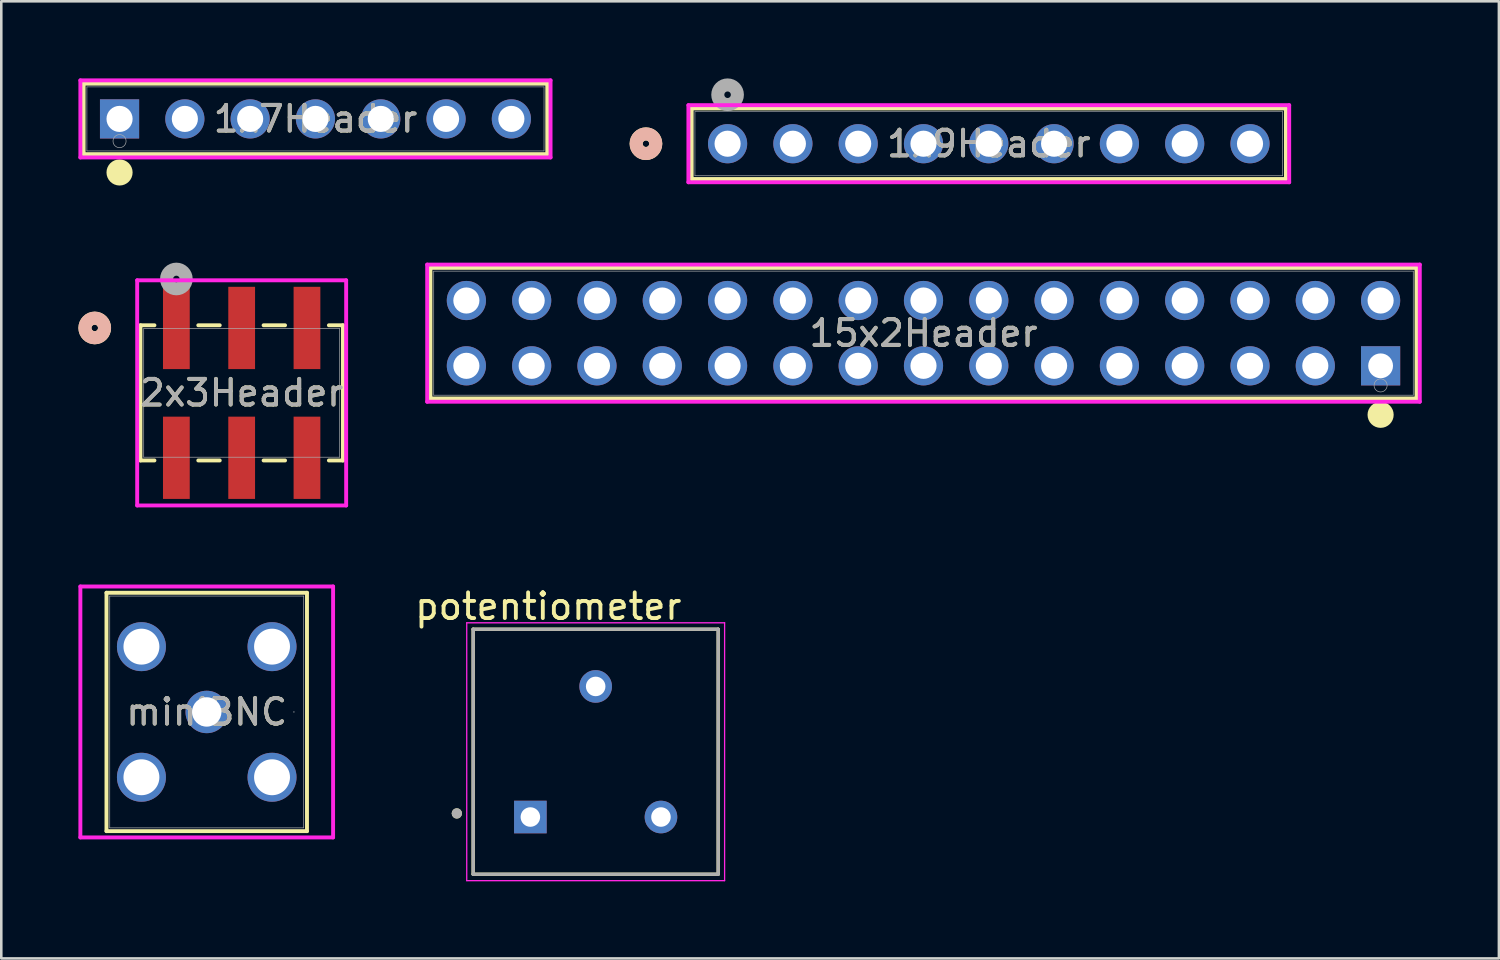
<source format=kicad_pcb>
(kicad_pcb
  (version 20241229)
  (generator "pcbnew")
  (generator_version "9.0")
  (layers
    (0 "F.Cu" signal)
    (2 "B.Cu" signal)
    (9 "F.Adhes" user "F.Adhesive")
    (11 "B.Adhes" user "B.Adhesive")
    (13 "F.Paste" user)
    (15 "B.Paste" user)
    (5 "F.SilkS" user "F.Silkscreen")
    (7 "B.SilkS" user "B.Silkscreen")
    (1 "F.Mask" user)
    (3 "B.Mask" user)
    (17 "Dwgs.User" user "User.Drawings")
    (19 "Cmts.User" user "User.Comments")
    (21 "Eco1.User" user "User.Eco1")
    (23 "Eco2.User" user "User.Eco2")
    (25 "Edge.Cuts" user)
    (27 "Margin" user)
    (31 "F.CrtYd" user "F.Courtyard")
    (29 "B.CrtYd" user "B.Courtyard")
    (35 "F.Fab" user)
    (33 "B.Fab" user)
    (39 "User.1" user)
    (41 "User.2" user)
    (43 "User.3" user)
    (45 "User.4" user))
  (footprint "1x7Header"
    (layer "F.Cu")
    (at 1.6 1.575)
    (property "Reference" "1x7Header" (at 7.62 0 0) (unlocked yes) (layer "F.SilkS") (effects (font (size 1 1) (thickness 0.15))))
    (attr through_hole)
    (fp_line (start -1.397 -1.372) (end -1.397 1.372) (stroke (width 0.152) (type solid)) (layer "F.SilkS"))
    (fp_line (start -1.397 1.372) (end 16.637 1.372) (stroke (width 0.152) (type solid)) (layer "F.SilkS"))
    (fp_line (start 16.637 -1.372) (end -1.397 -1.372) (stroke (width 0.152) (type solid)) (layer "F.SilkS"))
    (fp_line (start 16.637 1.372) (end 16.637 -1.372) (stroke (width 0.152) (type solid)) (layer "F.SilkS"))
    (fp_circle (center 0 2.083) (end 0.254 2.083) (stroke (width 0.508) (type solid)) (fill no) (layer "F.SilkS"))
    (fp_line (start -1.524 -1.499) (end -1.524 1.499) (stroke (width 0.152) (type solid)) (layer "F.CrtYd"))
    (fp_line (start -1.524 1.499) (end 16.764 1.499) (stroke (width 0.152) (type solid)) (layer "F.CrtYd"))
    (fp_line (start 16.764 -1.499) (end -1.524 -1.499) (stroke (width 0.152) (type solid)) (layer "F.CrtYd"))
    (fp_line (start 16.764 1.499) (end 16.764 -1.499) (stroke (width 0.152) (type solid)) (layer "F.CrtYd"))
    (fp_line (start -1.27 -1.245) (end -1.27 1.245) (stroke (width 0.025) (type solid)) (layer "F.Fab"))
    (fp_line (start -1.27 1.245) (end 16.51 1.245) (stroke (width 0.025) (type solid)) (layer "F.Fab"))
    (fp_line (start 16.51 -1.245) (end -1.27 -1.245) (stroke (width 0.025) (type solid)) (layer "F.Fab"))
    (fp_line (start 16.51 1.245) (end 16.51 -1.245) (stroke (width 0.025) (type solid)) (layer "F.Fab"))
    (fp_circle (center 0 0.864) (end 0.254 0.864) (stroke (width 0.025) (type solid)) (fill no) (layer "F.Fab"))
    (fp_text user "${REFERENCE}" (at 7.62 0 0) (unlocked yes) (layer "F.Fab") (effects (font (size 1 1) (thickness 0.15))))
    (pad "1" thru_hole rect (at 0 0) (size 1.524 1.524) (drill 1.016) (layers "*.Cu" "*.Mask"))
    (pad "2" thru_hole circle (at 2.54 0) (size 1.524 1.524) (drill 1.016) (layers "*.Cu" "*.Mask"))
    (pad "3" thru_hole circle (at 5.08 0) (size 1.524 1.524) (drill 1.016) (layers "*.Cu" "*.Mask"))
    (pad "4" thru_hole circle (at 7.62 0) (size 1.524 1.524) (drill 1.016) (layers "*.Cu" "*.Mask"))
    (pad "5" thru_hole circle (at 10.16 0) (size 1.524 1.524) (drill 1.016) (layers "*.Cu" "*.Mask"))
    (pad "6" thru_hole circle (at 12.7 0) (size 1.524 1.524) (drill 1.016) (layers "*.Cu" "*.Mask"))
    (pad "7" thru_hole circle (at 15.24 0) (size 1.524 1.524) (drill 1.016) (layers "*.Cu" "*.Mask")))
  (footprint "miniBNC"
    (layer "F.Cu")
    (at 4.991 24.642)
    (property "Reference" "miniBNC" (at 0 0 0) (unlocked yes) (layer "F.SilkS") (effects (font (size 1 1) (thickness 0.15))))
    (attr through_hole)
    (fp_line (start -3.899 -4.636) (end -3.899 4.636) (stroke (width 0.152) (type solid)) (layer "F.SilkS"))
    (fp_line (start -3.899 4.636) (end 3.899 4.636) (stroke (width 0.152) (type solid)) (layer "F.SilkS"))
    (fp_line (start 3.899 -4.636) (end -3.899 -4.636) (stroke (width 0.152) (type solid)) (layer "F.SilkS"))
    (fp_line (start 3.899 4.636) (end 3.899 -4.636) (stroke (width 0.152) (type solid)) (layer "F.SilkS"))
    (fp_line (start -4.915 -4.88) (end 4.915 -4.88) (stroke (width 0.152) (type solid)) (layer "F.CrtYd"))
    (fp_line (start -4.915 4.88) (end -4.915 -4.88) (stroke (width 0.152) (type solid)) (layer "F.CrtYd"))
    (fp_line (start 4.915 -4.88) (end 4.915 4.88) (stroke (width 0.152) (type solid)) (layer "F.CrtYd"))
    (fp_line (start 4.915 4.88) (end -4.915 4.88) (stroke (width 0.152) (type solid)) (layer "F.CrtYd"))
    (fp_line (start -3.772 -4.508) (end -3.772 4.508) (stroke (width 0.025) (type solid)) (layer "F.Fab"))
    (fp_line (start -3.772 4.508) (end 3.772 4.508) (stroke (width 0.025) (type solid)) (layer "F.Fab"))
    (fp_line (start 3.772 -4.508) (end -3.772 -4.508) (stroke (width 0.025) (type solid)) (layer "F.Fab"))
    (fp_line (start 3.772 4.508) (end 3.772 -4.508) (stroke (width 0.025) (type solid)) (layer "F.Fab"))
    (fp_circle (center 3.391 0) (end 3.391 0) (stroke (width 0.025) (type solid)) (fill no) (layer "F.Fab"))
    (fp_text user "${REFERENCE}" (at 0 0 0) (unlocked yes) (layer "F.Fab") (effects (font (size 1 1) (thickness 0.15))))
    (pad "1" thru_hole circle (at 0 0) (size 1.651 1.651) (drill 1.143) (layers "*.Cu" "*.Mask"))
    (pad "2" thru_hole circle (at -2.54 -2.54) (size 1.905 1.905) (drill 1.397) (layers "*.Cu" "*.Mask"))
    (pad "3" thru_hole circle (at -2.54 2.54) (size 1.905 1.905) (drill 1.397) (layers "*.Cu" "*.Mask"))
    (pad "4" thru_hole circle (at 2.54 2.54) (size 1.905 1.905) (drill 1.397) (layers "*.Cu" "*.Mask"))
    (pad "5" thru_hole circle (at 2.54 -2.54) (size 1.905 1.905) (drill 1.397) (layers "*.Cu" "*.Mask")))
  (footprint "1x9Header"
    (layer "F.Cu")
    (at 25.25 2.54)
    (property "Reference" "1x9Header" (at 10.16 0 0) (unlocked yes) (layer "F.SilkS") (effects (font (size 1 1) (thickness 0.15))))
    (attr through_hole)
    (fp_line (start -1.397 -1.372) (end -1.397 1.372) (stroke (width 0.152) (type solid)) (layer "F.SilkS"))
    (fp_line (start -1.397 1.372) (end 21.717 1.372) (stroke (width 0.152) (type solid)) (layer "F.SilkS"))
    (fp_line (start 21.717 -1.372) (end -1.397 -1.372) (stroke (width 0.152) (type solid)) (layer "F.SilkS"))
    (fp_line (start 21.717 1.372) (end 21.717 -1.372) (stroke (width 0.152) (type solid)) (layer "F.SilkS"))
    (fp_circle (center -3.175 0) (end -2.794 0) (stroke (width 0.508) (type solid)) (fill no) (layer "F.SilkS"))
    (fp_circle (center -3.175 0) (end -2.794 0) (stroke (width 0.508) (type solid)) (fill no) (layer "B.SilkS"))
    (fp_line (start -1.524 -1.499) (end -1.524 1.499) (stroke (width 0.152) (type solid)) (layer "F.CrtYd"))
    (fp_line (start -1.524 1.499) (end 21.844 1.499) (stroke (width 0.152) (type solid)) (layer "F.CrtYd"))
    (fp_line (start 21.844 -1.499) (end -1.524 -1.499) (stroke (width 0.152) (type solid)) (layer "F.CrtYd"))
    (fp_line (start 21.844 1.499) (end 21.844 -1.499) (stroke (width 0.152) (type solid)) (layer "F.CrtYd"))
    (fp_line (start -1.27 -1.245) (end -1.27 1.245) (stroke (width 0.025) (type solid)) (layer "F.Fab"))
    (fp_line (start -1.27 1.245) (end 21.59 1.245) (stroke (width 0.025) (type solid)) (layer "F.Fab"))
    (fp_line (start 21.59 -1.245) (end -1.27 -1.245) (stroke (width 0.025) (type solid)) (layer "F.Fab"))
    (fp_line (start 21.59 1.245) (end 21.59 -1.245) (stroke (width 0.025) (type solid)) (layer "F.Fab"))
    (fp_circle (center 0 -1.905) (end 0.381 -1.905) (stroke (width 0.508) (type solid)) (fill no) (layer "F.Fab"))
    (fp_text user "${REFERENCE}" (at 10.16 0 0) (unlocked yes) (layer "F.Fab") (effects (font (size 1 1) (thickness 0.15))))
    (pad "1" thru_hole circle (at 0 0) (size 1.524 1.524) (drill 1.016) (layers "*.Cu" "*.Mask"))
    (pad "2" thru_hole circle (at 2.54 0) (size 1.524 1.524) (drill 1.016) (layers "*.Cu" "*.Mask"))
    (pad "3" thru_hole circle (at 5.08 0) (size 1.524 1.524) (drill 1.016) (layers "*.Cu" "*.Mask"))
    (pad "4" thru_hole circle (at 7.62 0) (size 1.524 1.524) (drill 1.016) (layers "*.Cu" "*.Mask"))
    (pad "5" thru_hole circle (at 10.16 0) (size 1.524 1.524) (drill 1.016) (layers "*.Cu" "*.Mask"))
    (pad "6" thru_hole circle (at 12.7 0) (size 1.524 1.524) (drill 1.016) (layers "*.Cu" "*.Mask"))
    (pad "7" thru_hole circle (at 15.24 0) (size 1.524 1.524) (drill 1.016) (layers "*.Cu" "*.Mask"))
    (pad "8" thru_hole circle (at 17.78 0) (size 1.524 1.524) (drill 1.016) (layers "*.Cu" "*.Mask"))
    (pad "9" thru_hole circle (at 20.32 0) (size 1.524 1.524) (drill 1.016) (layers "*.Cu" "*.Mask")))
  (footprint "15x2Header"
    (layer "F.Cu")
    (at 50.65 11.179)
    (property "Reference" "15x2Header" (at -17.78 -1.27 0) (unlocked yes) (layer "F.SilkS") (effects (font (size 1 1) (thickness 0.15))))
    (attr through_hole)
    (fp_line (start -36.957 -3.81) (end -36.957 1.27) (stroke (width 0.152) (type solid)) (layer "F.SilkS"))
    (fp_line (start -36.957 1.27) (end 1.397 1.27) (stroke (width 0.152) (type solid)) (layer "F.SilkS"))
    (fp_line (start 1.397 -3.81) (end -36.957 -3.81) (stroke (width 0.152) (type solid)) (layer "F.SilkS"))
    (fp_line (start 1.397 1.27) (end 1.397 -3.81) (stroke (width 0.152) (type solid)) (layer "F.SilkS"))
    (fp_circle (center 0 1.905) (end 0.254 1.905) (stroke (width 0.508) (type solid)) (fill no) (layer "F.SilkS"))
    (fp_line (start -37.084 -3.937) (end -37.084 1.397) (stroke (width 0.152) (type solid)) (layer "F.CrtYd"))
    (fp_line (start -37.084 1.397) (end 1.524 1.397) (stroke (width 0.152) (type solid)) (layer "F.CrtYd"))
    (fp_line (start 1.524 -3.937) (end -37.084 -3.937) (stroke (width 0.152) (type solid)) (layer "F.CrtYd"))
    (fp_line (start 1.524 1.397) (end 1.524 -3.937) (stroke (width 0.152) (type solid)) (layer "F.CrtYd"))
    (fp_line (start -36.83 -3.683) (end -36.83 1.143) (stroke (width 0.025) (type solid)) (layer "F.Fab"))
    (fp_line (start -36.83 1.143) (end 1.27 1.143) (stroke (width 0.025) (type solid)) (layer "F.Fab"))
    (fp_line (start 1.27 -3.683) (end -36.83 -3.683) (stroke (width 0.025) (type solid)) (layer "F.Fab"))
    (fp_line (start 1.27 1.143) (end 1.27 -3.683) (stroke (width 0.025) (type solid)) (layer "F.Fab"))
    (fp_circle (center 0 0.762) (end 0.254 0.762) (stroke (width 0.025) (type solid)) (fill no) (layer "F.Fab"))
    (fp_text user "${REFERENCE}" (at -17.78 -1.27 0) (unlocked yes) (layer "F.Fab") (effects (font (size 1 1) (thickness 0.15))))
    (pad "1" thru_hole rect (at 0 0) (size 1.524 1.524) (drill 0.965) (layers "*.Cu" "*.Mask"))
    (pad "2" thru_hole circle (at 0 -2.54) (size 1.524 1.524) (drill 1.016) (layers "*.Cu" "*.Mask"))
    (pad "3" thru_hole circle (at -2.54 0) (size 1.524 1.524) (drill 1.016) (layers "*.Cu" "*.Mask"))
    (pad "4" thru_hole circle (at -2.54 -2.54) (size 1.524 1.524) (drill 1.016) (layers "*.Cu" "*.Mask"))
    (pad "5" thru_hole circle (at -5.08 0) (size 1.524 1.524) (drill 1.016) (layers "*.Cu" "*.Mask"))
    (pad "6" thru_hole circle (at -5.08 -2.54) (size 1.524 1.524) (drill 1.016) (layers "*.Cu" "*.Mask"))
    (pad "7" thru_hole circle (at -7.62 0) (size 1.524 1.524) (drill 1.016) (layers "*.Cu" "*.Mask"))
    (pad "8" thru_hole circle (at -7.62 -2.54) (size 1.524 1.524) (drill 1.016) (layers "*.Cu" "*.Mask"))
    (pad "9" thru_hole circle (at -10.16 0) (size 1.524 1.524) (drill 1.016) (layers "*.Cu" "*.Mask"))
    (pad "10" thru_hole circle (at -10.16 -2.54) (size 1.524 1.524) (drill 1.016) (layers "*.Cu" "*.Mask"))
    (pad "11" thru_hole circle (at -12.7 0) (size 1.524 1.524) (drill 1.016) (layers "*.Cu" "*.Mask"))
    (pad "12" thru_hole circle (at -12.7 -2.54) (size 1.524 1.524) (drill 1.016) (layers "*.Cu" "*.Mask"))
    (pad "13" thru_hole circle (at -15.24 0) (size 1.524 1.524) (drill 1.016) (layers "*.Cu" "*.Mask"))
    (pad "14" thru_hole circle (at -15.24 -2.54) (size 1.524 1.524) (drill 1.016) (layers "*.Cu" "*.Mask"))
    (pad "15" thru_hole circle (at -17.78 0) (size 1.524 1.524) (drill 1.016) (layers "*.Cu" "*.Mask"))
    (pad "16" thru_hole circle (at -17.78 -2.54) (size 1.524 1.524) (drill 1.016) (layers "*.Cu" "*.Mask"))
    (pad "17" thru_hole circle (at -20.32 0) (size 1.524 1.524) (drill 1.016) (layers "*.Cu" "*.Mask"))
    (pad "18" thru_hole circle (at -20.32 -2.54) (size 1.524 1.524) (drill 1.016) (layers "*.Cu" "*.Mask"))
    (pad "19" thru_hole circle (at -22.86 0) (size 1.524 1.524) (drill 1.016) (layers "*.Cu" "*.Mask"))
    (pad "20" thru_hole circle (at -22.86 -2.54) (size 1.524 1.524) (drill 1.016) (layers "*.Cu" "*.Mask"))
    (pad "21" thru_hole circle (at -25.4 0) (size 1.524 1.524) (drill 1.016) (layers "*.Cu" "*.Mask"))
    (pad "22" thru_hole circle (at -25.4 -2.54) (size 1.524 1.524) (drill 1.016) (layers "*.Cu" "*.Mask"))
    (pad "23" thru_hole circle (at -27.94 0) (size 1.524 1.524) (drill 1.016) (layers "*.Cu" "*.Mask"))
    (pad "24" thru_hole circle (at -27.94 -2.54) (size 1.524 1.524) (drill 1.016) (layers "*.Cu" "*.Mask"))
    (pad "25" thru_hole circle (at -30.48 0) (size 1.524 1.524) (drill 1.016) (layers "*.Cu" "*.Mask"))
    (pad "26" thru_hole circle (at -30.48 -2.54) (size 1.524 1.524) (drill 1.016) (layers "*.Cu" "*.Mask"))
    (pad "27" thru_hole circle (at -33.02 0) (size 1.524 1.524) (drill 1.016) (layers "*.Cu" "*.Mask"))
    (pad "28" thru_hole circle (at -33.02 -2.54) (size 1.524 1.524) (drill 1.016) (layers "*.Cu" "*.Mask"))
    (pad "29" thru_hole circle (at -35.56 0) (size 1.524 1.524) (drill 1.016) (layers "*.Cu" "*.Mask"))
    (pad "30" thru_hole circle (at -35.56 -2.54) (size 1.524 1.524) (drill 1.016) (layers "*.Cu" "*.Mask")))
  (footprint "2x3Header"
    (layer "F.Cu")
    (at 6.35 12.231)
    (property "Reference" "2x3Header" (at 0 0 0) (unlocked yes) (layer "F.SilkS") (effects (font (size 1 1) (thickness 0.15))))
    (attr smd)
    (fp_line (start -3.937 -2.629) (end -3.937 2.629) (stroke (width 0.152) (type solid)) (layer "F.SilkS"))
    (fp_line (start -3.937 2.629) (end -3.393 2.629) (stroke (width 0.152) (type solid)) (layer "F.SilkS"))
    (fp_line (start -3.393 -2.629) (end -3.937 -2.629) (stroke (width 0.152) (type solid)) (layer "F.SilkS"))
    (fp_line (start -1.687 2.629) (end -0.853 2.629) (stroke (width 0.152) (type solid)) (layer "F.SilkS"))
    (fp_line (start -0.853 -2.629) (end -1.687 -2.629) (stroke (width 0.152) (type solid)) (layer "F.SilkS"))
    (fp_line (start 0.853 2.629) (end 1.687 2.629) (stroke (width 0.152) (type solid)) (layer "F.SilkS"))
    (fp_line (start 1.687 -2.629) (end 0.853 -2.629) (stroke (width 0.152) (type solid)) (layer "F.SilkS"))
    (fp_line (start 3.393 2.629) (end 3.937 2.629) (stroke (width 0.152) (type solid)) (layer "F.SilkS"))
    (fp_line (start 3.937 -2.629) (end 3.393 -2.629) (stroke (width 0.152) (type solid)) (layer "F.SilkS"))
    (fp_line (start 3.937 2.629) (end 3.937 -2.629) (stroke (width 0.152) (type solid)) (layer "F.SilkS"))
    (fp_circle (center -5.715 -2.525) (end -5.334 -2.525) (stroke (width 0.508) (type solid)) (fill no) (layer "F.SilkS"))
    (fp_circle (center -5.715 -2.525) (end -5.334 -2.525) (stroke (width 0.508) (type solid)) (fill no) (layer "B.SilkS"))
    (fp_line (start -4.064 -4.379) (end -4.064 4.379) (stroke (width 0.152) (type solid)) (layer "F.CrtYd"))
    (fp_line (start -4.064 4.379) (end 4.064 4.379) (stroke (width 0.152) (type solid)) (layer "F.CrtYd"))
    (fp_line (start 4.064 -4.379) (end -4.064 -4.379) (stroke (width 0.152) (type solid)) (layer "F.CrtYd"))
    (fp_line (start 4.064 4.379) (end 4.064 -4.379) (stroke (width 0.152) (type solid)) (layer "F.CrtYd"))
    (fp_line (start -3.81 -2.502) (end -3.81 2.502) (stroke (width 0.025) (type solid)) (layer "F.Fab"))
    (fp_line (start -3.81 2.502) (end 3.81 2.502) (stroke (width 0.025) (type solid)) (layer "F.Fab"))
    (fp_line (start 3.81 -2.502) (end -3.81 -2.502) (stroke (width 0.025) (type solid)) (layer "F.Fab"))
    (fp_line (start 3.81 2.502) (end 3.81 -2.502) (stroke (width 0.025) (type solid)) (layer "F.Fab"))
    (fp_circle (center -2.54 -4.43) (end -2.159 -4.43) (stroke (width 0.508) (type solid)) (fill no) (layer "F.Fab"))
    (fp_text user "${REFERENCE}" (at 0 0 0) (unlocked yes) (layer "F.Fab") (effects (font (size 1 1) (thickness 0.15))))
    (pad "1" smd rect (at -2.54 -2.525) (size 1.041 3.2) (layers "F.Cu" "F.Mask" "F.Paste"))
    (pad "2" smd rect (at 0 -2.525) (size 1.041 3.2) (layers "F.Cu" "F.Mask" "F.Paste"))
    (pad "3" smd rect (at 2.54 -2.525) (size 1.041 3.2) (layers "F.Cu" "F.Mask" "F.Paste"))
    (pad "4" smd rect (at -2.54 2.525) (size 1.041 3.2) (layers "F.Cu" "F.Mask" "F.Paste"))
    (pad "5" smd rect (at 0 2.525) (size 1.041 3.2) (layers "F.Cu" "F.Mask" "F.Paste"))
    (pad "6" smd rect (at 2.54 2.525) (size 1.041 3.2) (layers "F.Cu" "F.Mask" "F.Paste")))
  (footprint "potentiometer"
    (layer "F.Cu")
    (at 20.119 26.189)
    (property "Reference" "potentiometer" (at -1.841 -5.654 0) (layer "F.SilkS") (effects (font (size 1.001 1.001) (thickness 0.15))))
    (attr through_hole)
    (fp_line (start -4.765 -4.765) (end -4.765 4.765) (stroke (width 0.127) (type solid)) (layer "F.SilkS"))
    (fp_line (start -4.765 4.765) (end 4.765 4.765) (stroke (width 0.127) (type solid)) (layer "F.SilkS"))
    (fp_line (start 4.765 -4.765) (end -4.765 -4.765) (stroke (width 0.127) (type solid)) (layer "F.SilkS"))
    (fp_line (start 4.765 4.765) (end 4.765 -4.765) (stroke (width 0.127) (type solid)) (layer "F.SilkS"))
    (fp_circle (center -5.4 2.4) (end -5.3 2.4) (stroke (width 0.2) (type solid)) (fill no) (layer "F.SilkS"))
    (fp_line (start -5.015 -5.015) (end 5.015 -5.015) (stroke (width 0.05) (type solid)) (layer "F.CrtYd"))
    (fp_line (start -5.015 5.015) (end -5.015 -5.015) (stroke (width 0.05) (type solid)) (layer "F.CrtYd"))
    (fp_line (start 5.015 -5.015) (end 5.015 5.015) (stroke (width 0.05) (type solid)) (layer "F.CrtYd"))
    (fp_line (start 5.015 5.015) (end -5.015 5.015) (stroke (width 0.05) (type solid)) (layer "F.CrtYd"))
    (fp_line (start -4.765 -4.765) (end 4.765 -4.765) (stroke (width 0.127) (type solid)) (layer "F.Fab"))
    (fp_line (start -4.765 4.765) (end -4.765 -4.765) (stroke (width 0.127) (type solid)) (layer "F.Fab"))
    (fp_line (start 4.765 -4.765) (end 4.765 4.765) (stroke (width 0.127) (type solid)) (layer "F.Fab"))
    (fp_line (start 4.765 4.765) (end -4.765 4.765) (stroke (width 0.127) (type solid)) (layer "F.Fab"))
    (fp_circle (center -5.4 2.4) (end -5.3 2.4) (stroke (width 0.2) (type solid)) (fill no) (layer "F.Fab"))
    (pad "1" thru_hole rect (at -2.54 2.54) (size 1.268 1.268) (drill 0.76) (layers "*.Cu" "*.Mask"))
    (pad "2" thru_hole circle (at 0 -2.54) (size 1.268 1.268) (drill 0.76) (layers "*.Cu" "*.Mask"))
    (pad "3" thru_hole circle (at 2.54 2.54) (size 1.268 1.268) (drill 0.76) (layers "*.Cu" "*.Mask")))
  (gr_rect
    (start -3 -3)
    (end 55.251 34.229)
    (stroke (width 0.1) (type default))
    (fill no)
    (layer "Edge.Cuts")))
</source>
